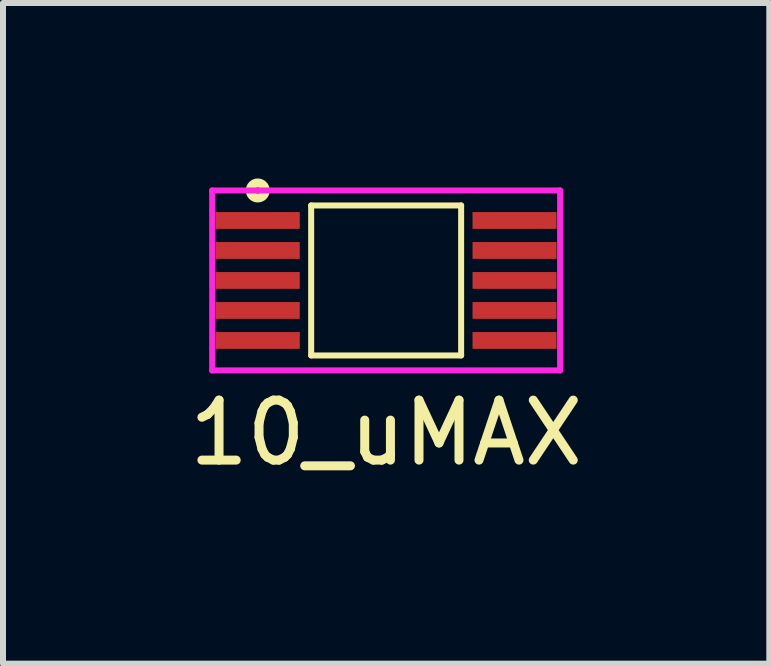
<source format=kicad_pcb>
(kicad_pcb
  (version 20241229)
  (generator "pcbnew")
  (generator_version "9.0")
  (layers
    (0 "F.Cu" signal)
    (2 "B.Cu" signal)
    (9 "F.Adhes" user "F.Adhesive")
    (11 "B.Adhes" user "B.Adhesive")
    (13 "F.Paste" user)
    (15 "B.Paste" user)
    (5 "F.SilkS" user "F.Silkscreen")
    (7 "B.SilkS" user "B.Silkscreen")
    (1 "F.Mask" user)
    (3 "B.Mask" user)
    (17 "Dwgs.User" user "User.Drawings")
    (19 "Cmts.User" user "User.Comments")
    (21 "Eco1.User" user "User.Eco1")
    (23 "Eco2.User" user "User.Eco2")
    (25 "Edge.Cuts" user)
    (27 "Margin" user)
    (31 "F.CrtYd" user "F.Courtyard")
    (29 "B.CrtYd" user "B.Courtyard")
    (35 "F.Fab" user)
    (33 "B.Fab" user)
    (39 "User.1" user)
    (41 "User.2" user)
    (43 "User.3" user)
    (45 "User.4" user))
  (footprint "10_uMAX"
    (layer "F.Cu")
    (at 3.387 1.625)
    (property "Reference" "10_uMAX" (at 0 2.54 0) (layer "F.SilkS") (effects (font (size 1 1) (thickness 0.15))))
    (attr through_hole)
    (fp_line (start -1.25 -1.25) (end 1.25 -1.25) (stroke (width 0.1) (type solid)) (layer "F.SilkS"))
    (fp_line (start -1.25 1.25) (end -1.25 -1.25) (stroke (width 0.1) (type solid)) (layer "F.SilkS"))
    (fp_line (start 1.25 -1.25) (end 1.25 1.25) (stroke (width 0.1) (type solid)) (layer "F.SilkS"))
    (fp_line (start 1.25 1.25) (end -1.25 1.25) (stroke (width 0.1) (type solid)) (layer "F.SilkS"))
    (fp_circle (center -2.14 -1.5) (end -2.09 -1.5) (stroke (width 0.15) (type solid)) (fill no) (layer "F.SilkS"))
    (fp_line (start -2.9 -1.5) (end 2.9 -1.5) (stroke (width 0.1) (type solid)) (layer "F.CrtYd"))
    (fp_line (start -2.9 1.5) (end -2.9 -1.5) (stroke (width 0.1) (type solid)) (layer "F.CrtYd"))
    (fp_line (start 2.9 -1.5) (end 2.9 1.5) (stroke (width 0.1) (type solid)) (layer "F.CrtYd"))
    (fp_line (start 2.9 1.5) (end -2.9 1.5) (stroke (width 0.1) (type solid)) (layer "F.CrtYd"))
    (pad "1" smd rect (at -2.14 -1) (size 1.4 0.28) (layers "F.Cu" "F.Mask" "F.Paste"))
    (pad "2" smd rect (at -2.14 -0.5) (size 1.4 0.28) (layers "F.Cu" "F.Mask" "F.Paste"))
    (pad "3" smd rect (at -2.14 0) (size 1.4 0.28) (layers "F.Cu" "F.Mask" "F.Paste"))
    (pad "4" smd rect (at -2.14 0.5) (size 1.4 0.28) (layers "F.Cu" "F.Mask" "F.Paste"))
    (pad "5" smd rect (at -2.14 1) (size 1.4 0.28) (layers "F.Cu" "F.Mask" "F.Paste"))
    (pad "6" smd rect (at 2.14 1) (size 1.4 0.28) (layers "F.Cu" "F.Mask" "F.Paste"))
    (pad "7" smd rect (at 2.14 0.5) (size 1.4 0.28) (layers "F.Cu" "F.Mask" "F.Paste"))
    (pad "8" smd rect (at 2.14 0) (size 1.4 0.28) (layers "F.Cu" "F.Mask" "F.Paste"))
    (pad "9" smd rect (at 2.14 -0.5) (size 1.4 0.28) (layers "F.Cu" "F.Mask" "F.Paste"))
    (pad "10" smd rect (at 2.14 -1) (size 1.4 0.28) (layers "F.Cu" "F.Mask" "F.Paste")))
  (gr_rect
    (start -3 -3)
    (end 9.774 8.013)
    (stroke (width 0.1) (type default))
    (fill no)
    (layer "Edge.Cuts")))
</source>
